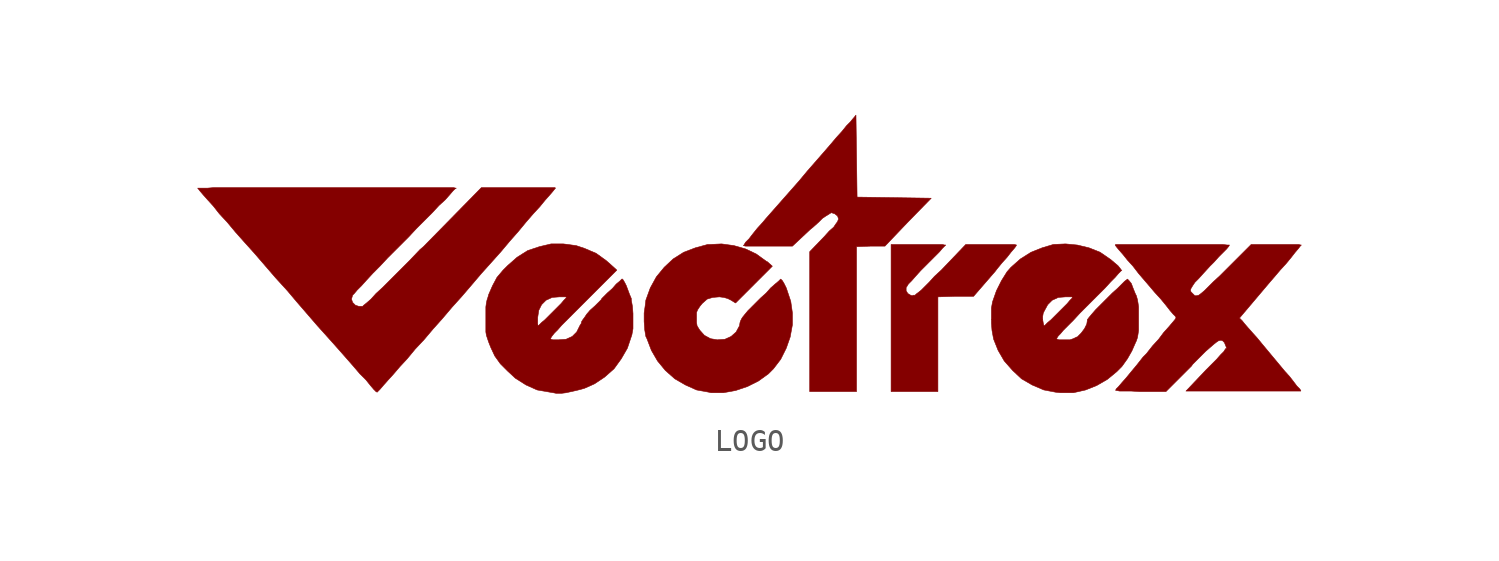
<source format=kicad_sym>
(kicad_symbol_lib
  (version 20211014)
  (generator kicad_symbol_editor)
  (symbol "LOGO"
    (pin_names
      (offset 1.016))
    (property "Reference" "#G"
      (at 0 -5.588 0)
      (effects (font (size 1.524 1.524)) hide))
    (symbol "LOGO_0_0"
      (polyline (pts (xy 8.585 -1.93) (xy 9.398 -1.905) (xy 10.211 -1.905) (xy 11.201 -0.762) (xy 11.278 -0.66) (xy 11.506 -0.381) (xy 11.735 -0.127) (xy 11.913 0.102) (xy 12.065 0.279) (xy 12.141 0.381) (xy 12.167 0.432) (xy 12.065 0.457) (xy 9.855 0.457) (xy 8.738 -0.711) (xy 8.433 -0.991) (xy 8.179 -1.27) (xy 7.823 -1.626) (xy 7.696 -1.727) (xy 7.595 -1.803) (xy 7.544 -1.854) (xy 7.468 -1.854) (xy 7.417 -1.88) (xy 7.341 -1.854) (xy 7.214 -1.778) (xy 7.137 -1.651) (xy 7.137 -1.499) (xy 7.163 -1.473) (xy 7.239 -1.346) (xy 7.391 -1.194) (xy 7.569 -0.991) (xy 7.798 -0.737) (xy 8.661 0.127) (xy 8.788 0.279) (xy 8.941 0.432) (xy 8.89 0.432) (xy 8.788 0.457) (xy 6.452 0.457) (xy 6.452 -6.248) (xy 8.585 -6.248) (xy 8.585 -1.93)) (stroke (width 0.025) (type default) (color 0 0 0 0)) (fill (type outline)))
      (polyline (pts (xy 4.877 0.356) (xy 5.512 0.381) (xy 6.172 0.381) (xy 7.214 1.473) (xy 8.28 2.565) (xy 6.579 2.591) (xy 4.902 2.616) (xy 4.877 4.496) (xy 4.851 6.35) (xy 4.724 6.198) (xy 4.699 6.172) (xy 4.597 6.045) (xy 4.42 5.867) (xy 4.216 5.613) (xy 3.962 5.334) (xy 3.683 5.004) (xy 3.353 4.623) (xy 2.642 3.81) (xy 2.261 3.353) (xy 0.737 1.626) (xy 0.61 1.473) (xy 0.356 1.194) (xy 0.152 0.94) (xy -0.025 0.711) (xy -0.178 0.559) (xy -0.254 0.432) (xy -0.279 0.406) (xy -0.178 0.381) (xy 1.956 0.381) (xy 2.769 1.143) (xy 2.896 1.245) (xy 3.15 1.473) (xy 3.327 1.651) (xy 3.48 1.753) (xy 3.607 1.829) (xy 3.683 1.88) (xy 3.734 1.905) (xy 3.886 1.854) (xy 4.013 1.753) (xy 4.064 1.6) (xy 4.039 1.575) (xy 4.013 1.499) (xy 3.937 1.397) (xy 3.835 1.245) (xy 3.632 1.067) (xy 3.404 0.813) (xy 2.743 0.127) (xy 2.743 -6.248) (xy 4.877 -6.248) (xy 4.877 0.356)) (stroke (width 0.025) (type default) (color 0 0 0 0)) (fill (type outline)))
      (polyline (pts (xy -0.635 -6.198) (xy -0.102 -6.02) (xy 0.406 -5.766) (xy 0.864 -5.436) (xy 1.092 -5.207) (xy 1.422 -4.775) (xy 1.676 -4.267) (xy 1.854 -3.759) (xy 1.956 -3.2) (xy 1.956 -2.667) (xy 1.88 -2.134) (xy 1.676 -1.524) (xy 1.575 -1.321) (xy 1.499 -1.194) (xy 1.422 -1.118) (xy 1.321 -1.219) (xy 1.168 -1.346) (xy 0.965 -1.524) (xy 0.762 -1.753) (xy 0.508 -1.981) (xy -0.076 -2.565) (xy -0.203 -2.718) (xy -0.305 -2.845) (xy -0.356 -2.921) (xy -0.406 -3.023) (xy -0.432 -3.099) (xy -0.457 -3.251) (xy -0.61 -3.531) (xy -0.838 -3.734) (xy -1.118 -3.861) (xy -1.448 -3.886) (xy -1.473 -3.886) (xy -1.778 -3.835) (xy -2.057 -3.683) (xy -2.261 -3.454) (xy -2.311 -3.378) (xy -2.388 -3.251) (xy -2.413 -3.099) (xy -2.413 -2.642) (xy -2.362 -2.515) (xy -2.261 -2.362) (xy -2.159 -2.235) (xy -1.93 -2.032) (xy -1.676 -1.956) (xy -1.372 -1.93) (xy -1.168 -1.956) (xy -0.991 -2.007) (xy -0.838 -2.083) (xy -0.635 -2.21) (xy 1.041 -0.533) (xy 0.813 -0.33) (xy 0.762 -0.305) (xy 0.305 0.025) (xy -0.178 0.254) (xy -0.711 0.406) (xy -1.27 0.483) (xy -1.803 0.457) (xy -1.905 0.457) (xy -2.464 0.305) (xy -2.997 0.102) (xy -3.48 -0.203) (xy -3.886 -0.584) (xy -4.242 -1.016) (xy -4.521 -1.524) (xy -4.724 -2.083) (xy -4.75 -2.311) (xy -4.801 -2.667) (xy -4.801 -3.048) (xy -4.775 -3.429) (xy -4.724 -3.734) (xy -4.674 -3.835) (xy -4.47 -4.369) (xy -4.191 -4.851) (xy -3.835 -5.283) (xy -3.404 -5.664) (xy -2.921 -5.944) (xy -2.413 -6.172) (xy -1.854 -6.274) (xy -1.753 -6.299) (xy -1.194 -6.299) (xy -0.635 -6.198)) (stroke (width 0.025) (type default) (color 0 0 0 0)) (fill (type outline)))
      (polyline (pts (xy -16.84 -6.147) (xy -16.688 -5.969) (xy -16.485 -5.74) (xy -16.231 -5.461) (xy -15.926 -5.105) (xy -15.596 -4.75) (xy -15.24 -4.318) (xy -14.834 -3.886) (xy -14.427 -3.404) (xy -13.995 -2.921) (xy -13.564 -2.413) (xy -13.106 -1.905) (xy -12.649 -1.372) (xy -12.217 -0.864) (xy -11.76 -0.356) (xy -11.328 0.127) (xy -10.922 0.61) (xy -10.541 1.041) (xy -10.185 1.473) (xy -9.855 1.854) (xy -9.55 2.184) (xy -9.322 2.464) (xy -9.119 2.692) (xy -8.966 2.87) (xy -8.865 2.997) (xy -8.839 3.023) (xy -8.865 3.048) (xy -12.217 3.048) (xy -14.859 0.356) (xy -15.011 0.229) (xy -15.494 -0.279) (xy -16.713 -1.499) (xy -17.018 -1.778) (xy -17.247 -2.032) (xy -17.45 -2.21) (xy -17.577 -2.311) (xy -17.628 -2.362) (xy -17.805 -2.362) (xy -17.958 -2.311) (xy -18.085 -2.184) (xy -18.136 -2.032) (xy -18.085 -1.854) (xy -18.009 -1.778) (xy -17.882 -1.626) (xy -17.678 -1.422) (xy -17.45 -1.168) (xy -17.17 -0.864) (xy -16.84 -0.533) (xy -16.485 -0.152) (xy -15.545 0.787) (xy -15.164 1.194) (xy -14.453 1.905) (xy -14.148 2.235) (xy -13.868 2.489) (xy -13.665 2.718) (xy -13.513 2.896) (xy -13.411 2.997) (xy -13.36 3.023) (xy -13.386 3.023) (xy -13.487 3.048) (xy -24.409 3.048) (xy -24.714 3.023) (xy -25.146 3.023) (xy -25.121 2.997) (xy -25.044 2.896) (xy -24.892 2.718) (xy -24.689 2.489) (xy -24.435 2.21) (xy -24.155 1.854) (xy -23.8 1.473) (xy -23.419 1.016) (xy -23.012 0.559) (xy -22.555 0.051) (xy -21.59 -1.067) (xy -21.057 -1.651) (xy -20.65 -2.134) (xy -19.685 -3.251) (xy -19.228 -3.759) (xy -18.796 -4.242) (xy -18.415 -4.674) (xy -18.059 -5.08) (xy -17.755 -5.436) (xy -17.475 -5.715) (xy -17.272 -5.969) (xy -17.12 -6.147) (xy -17.018 -6.248) (xy -16.967 -6.274) (xy -16.84 -6.147)) (stroke (width 0.025) (type default) (color 0 0 0 0)) (fill (type outline)))
      (polyline (pts (xy -8.357 -6.299) (xy -7.899 -6.198) (xy -7.696 -6.147) (xy -7.518 -6.096) (xy -7.061 -5.893) (xy -6.604 -5.588) (xy -6.172 -5.207) (xy -5.842 -4.75) (xy -5.563 -4.267) (xy -5.359 -3.658) (xy -5.309 -3.378) (xy -5.309 -2.692) (xy -5.334 -2.362) (xy -5.385 -2.083) (xy -5.385 -2.007) (xy -5.461 -1.829) (xy -5.613 -1.422) (xy -5.69 -1.27) (xy -5.766 -1.143) (xy -5.791 -1.118) (xy -5.817 -1.118) (xy -5.918 -1.219) (xy -6.071 -1.346) (xy -6.248 -1.549) (xy -6.477 -1.753) (xy -6.731 -2.007) (xy -6.756 -2.057) (xy -7.036 -2.337) (xy -7.264 -2.54) (xy -7.417 -2.718) (xy -7.518 -2.87) (xy -7.595 -2.972) (xy -7.645 -3.048) (xy -7.671 -3.15) (xy -7.722 -3.226) (xy -7.874 -3.531) (xy -8.077 -3.734) (xy -8.357 -3.861) (xy -8.687 -3.886) (xy -8.966 -3.886) (xy -9.042 -3.861) (xy -9.068 -3.835) (xy -9.042 -3.785) (xy -8.992 -3.708) (xy -8.89 -3.581) (xy -8.738 -3.429) (xy -8.56 -3.226) (xy -6.045 -0.711) (xy -6.325 -0.457) (xy -6.528 -0.279) (xy -6.985 0.051) (xy -7.518 0.279) (xy -7.899 0.406) (xy -8.484 0.483) (xy -9.042 0.483) (xy -9.576 0.356) (xy -10.109 0.178) (xy -10.592 -0.127) (xy -11.024 -0.508) (xy -11.227 -0.711) (xy -11.506 -1.041) (xy -11.709 -1.422) (xy -11.887 -1.829) (xy -11.913 -1.93) (xy -11.963 -2.083) (xy -11.989 -2.21) (xy -12.014 -2.388) (xy -12.014 -3.2) (xy -9.652 -3.2) (xy -9.652 -2.87) (xy -9.601 -2.54) (xy -9.474 -2.286) (xy -9.271 -2.083) (xy -8.992 -1.956) (xy -8.661 -1.93) (xy -8.382 -1.93) (xy -8.331 -1.956) (xy -8.458 -2.083) (xy -8.585 -2.235) (xy -9.322 -2.972) (xy -9.474 -3.099) (xy -9.627 -3.251) (xy -9.652 -3.2) (xy -12.014 -3.2) (xy -12.014 -3.531) (xy -11.989 -3.683) (xy -11.887 -3.988) (xy -11.786 -4.242) (xy -11.608 -4.623) (xy -11.354 -4.978) (xy -11.024 -5.309) (xy -10.668 -5.639) (xy -10.185 -5.944) (xy -9.677 -6.172) (xy -9.093 -6.274) (xy -8.941 -6.299) (xy -8.814 -6.325) (xy -8.56 -6.325) (xy -8.357 -6.299)) (stroke (width 0.025) (type default) (color 0 0 0 0)) (fill (type outline)))
      (polyline (pts (xy 15.316 -6.172) (xy 15.824 -5.969) (xy 16.307 -5.69) (xy 16.739 -5.334) (xy 16.967 -5.105) (xy 17.221 -4.75) (xy 17.424 -4.394) (xy 17.602 -3.988) (xy 17.628 -3.937) (xy 17.678 -3.785) (xy 17.704 -3.632) (xy 17.729 -3.454) (xy 17.729 -2.388) (xy 17.704 -2.21) (xy 17.678 -2.057) (xy 17.628 -1.88) (xy 17.577 -1.778) (xy 17.475 -1.524) (xy 17.399 -1.321) (xy 17.297 -1.194) (xy 17.221 -1.118) (xy 17.196 -1.143) (xy 17.094 -1.219) (xy 16.764 -1.549) (xy 16.535 -1.753) (xy 15.773 -2.515) (xy 15.596 -2.718) (xy 15.469 -2.87) (xy 15.392 -2.972) (xy 15.392 -3.023) (xy 15.367 -3.175) (xy 15.265 -3.378) (xy 15.113 -3.581) (xy 14.935 -3.759) (xy 14.91 -3.759) (xy 14.757 -3.835) (xy 14.605 -3.886) (xy 14.097 -3.886) (xy 14.021 -3.861) (xy 13.995 -3.835) (xy 14.021 -3.785) (xy 14.072 -3.708) (xy 14.173 -3.607) (xy 14.3 -3.454) (xy 14.757 -2.997) (xy 15.062 -2.667) (xy 16.205 -1.524) (xy 16.459 -1.245) (xy 16.662 -1.041) (xy 16.815 -0.864) (xy 16.967 -0.711) (xy 16.942 -0.711) (xy 16.891 -0.635) (xy 16.789 -0.508) (xy 16.637 -0.381) (xy 16.459 -0.229) (xy 15.977 0.102) (xy 15.469 0.305) (xy 14.935 0.432) (xy 14.402 0.483) (xy 13.843 0.457) (xy 13.335 0.305) (xy 12.827 0.102) (xy 12.344 -0.203) (xy 11.913 -0.584) (xy 11.735 -0.787) (xy 11.481 -1.194) (xy 11.252 -1.651) (xy 11.1 -2.083) (xy 11.074 -2.159) (xy 11.024 -2.438) (xy 11.024 -2.972) (xy 13.36 -2.972) (xy 13.36 -2.819) (xy 13.386 -2.667) (xy 13.437 -2.565) (xy 13.589 -2.286) (xy 13.792 -2.083) (xy 14.072 -1.956) (xy 14.402 -1.93) (xy 14.681 -1.93) (xy 14.732 -1.956) (xy 14.605 -2.083) (xy 14.478 -2.235) (xy 13.741 -2.972) (xy 13.589 -3.099) (xy 13.437 -3.251) (xy 13.411 -3.226) (xy 13.386 -3.124) (xy 13.36 -2.972) (xy 11.024 -2.972) (xy 11.024 -3.124) (xy 11.049 -3.454) (xy 11.1 -3.734) (xy 11.125 -3.861) (xy 11.328 -4.369) (xy 11.608 -4.851) (xy 11.989 -5.283) (xy 12.395 -5.664) (xy 12.878 -5.944) (xy 13.411 -6.172) (xy 13.945 -6.274) (xy 14.173 -6.299) (xy 14.757 -6.299) (xy 15.316 -6.172)) (stroke (width 0.025) (type default) (color 0 0 0 0)) (fill (type outline)))
      (polyline (pts (xy 20.142 -5.08) (xy 20.193 -5.004) (xy 20.777 -4.42) (xy 20.98 -4.242) (xy 21.158 -4.089) (xy 21.285 -3.988) (xy 21.361 -3.937) (xy 21.438 -3.912) (xy 21.514 -3.912) (xy 21.565 -3.937) (xy 21.641 -4.013) (xy 21.742 -4.267) (xy 21.692 -4.293) (xy 21.615 -4.42) (xy 21.463 -4.572) (xy 21.285 -4.775) (xy 20.803 -5.258) (xy 19.888 -6.223) (xy 25.121 -6.223) (xy 25.121 -6.198) (xy 25.07 -6.121) (xy 24.943 -5.994) (xy 24.79 -5.791) (xy 24.613 -5.563) (xy 24.384 -5.309) (xy 23.368 -4.089) (xy 23.139 -3.81) (xy 22.911 -3.556) (xy 22.708 -3.327) (xy 22.555 -3.15) (xy 22.454 -3.023) (xy 22.327 -2.896) (xy 23.724 -1.245) (xy 23.901 -1.041) (xy 24.181 -0.711) (xy 24.46 -0.406) (xy 24.689 -0.127) (xy 24.867 0.102) (xy 25.019 0.279) (xy 25.095 0.381) (xy 25.146 0.432) (xy 25.121 0.432) (xy 25.019 0.457) (xy 22.86 0.457) (xy 21.438 -0.965) (xy 21.133 -1.245) (xy 20.726 -1.651) (xy 20.574 -1.778) (xy 20.472 -1.854) (xy 20.371 -1.88) (xy 20.295 -1.88) (xy 20.117 -1.702) (xy 20.091 -1.626) (xy 20.117 -1.549) (xy 20.193 -1.422) (xy 20.295 -1.27) (xy 20.472 -1.092) (xy 20.701 -0.838) (xy 20.98 -0.533) (xy 21.158 -0.356) (xy 21.387 -0.102) (xy 21.742 0.254) (xy 21.844 0.381) (xy 21.869 0.432) (xy 21.768 0.432) (xy 21.565 0.457) (xy 16.688 0.457) (xy 16.662 0.432) (xy 16.713 0.356) (xy 16.84 0.203) (xy 17.018 0) (xy 17.221 -0.254) (xy 17.475 -0.533) (xy 17.729 -0.864) (xy 18.186 -1.397) (xy 18.466 -1.727) (xy 18.745 -2.032) (xy 18.974 -2.311) (xy 19.152 -2.54) (xy 19.304 -2.718) (xy 19.406 -2.819) (xy 19.431 -2.87) (xy 19.431 -2.896) (xy 19.38 -2.972) (xy 19.253 -3.124) (xy 19.101 -3.302) (xy 18.872 -3.556) (xy 18.644 -3.861) (xy 18.364 -4.166) (xy 18.085 -4.521) (xy 17.932 -4.674) (xy 17.653 -5.029) (xy 17.399 -5.334) (xy 17.17 -5.613) (xy 16.967 -5.842) (xy 16.815 -6.02) (xy 16.713 -6.121) (xy 16.688 -6.172) (xy 16.688 -6.198) (xy 16.739 -6.198) (xy 16.866 -6.223) (xy 17.399 -6.223) (xy 17.805 -6.248) (xy 18.974 -6.248) (xy 20.142 -5.08)) (stroke (width 0.025) (type default) (color 0 0 0 0)) (fill (type outline))))))
</source>
